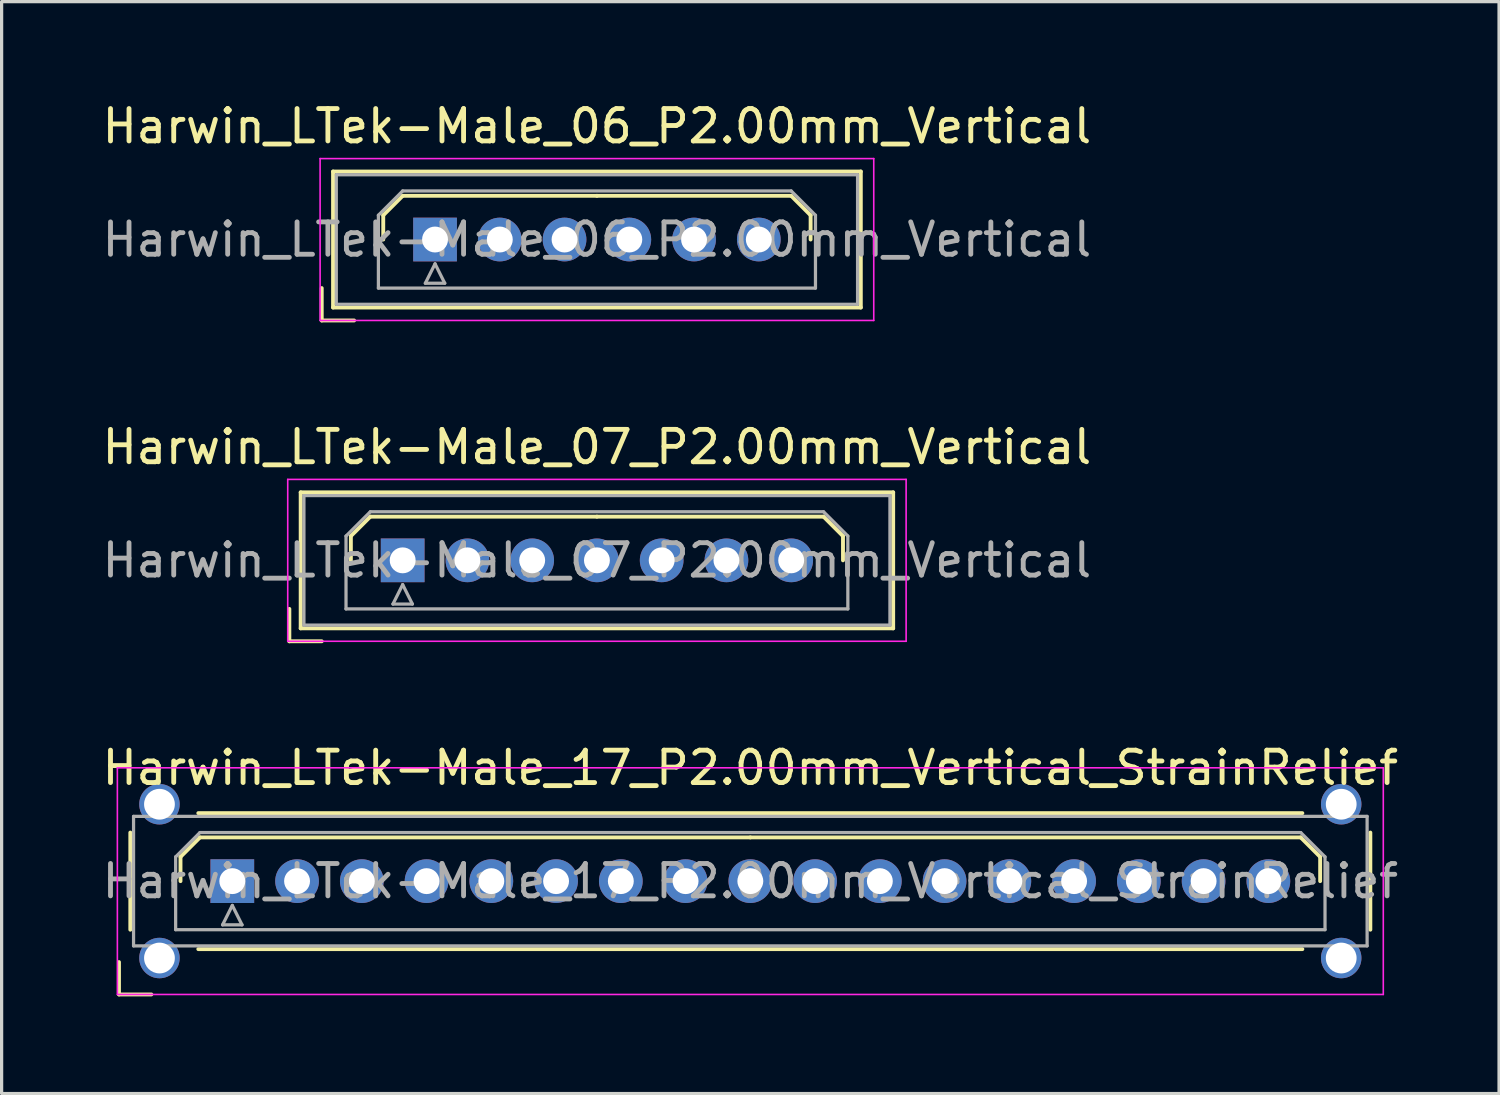
<source format=kicad_pcb>
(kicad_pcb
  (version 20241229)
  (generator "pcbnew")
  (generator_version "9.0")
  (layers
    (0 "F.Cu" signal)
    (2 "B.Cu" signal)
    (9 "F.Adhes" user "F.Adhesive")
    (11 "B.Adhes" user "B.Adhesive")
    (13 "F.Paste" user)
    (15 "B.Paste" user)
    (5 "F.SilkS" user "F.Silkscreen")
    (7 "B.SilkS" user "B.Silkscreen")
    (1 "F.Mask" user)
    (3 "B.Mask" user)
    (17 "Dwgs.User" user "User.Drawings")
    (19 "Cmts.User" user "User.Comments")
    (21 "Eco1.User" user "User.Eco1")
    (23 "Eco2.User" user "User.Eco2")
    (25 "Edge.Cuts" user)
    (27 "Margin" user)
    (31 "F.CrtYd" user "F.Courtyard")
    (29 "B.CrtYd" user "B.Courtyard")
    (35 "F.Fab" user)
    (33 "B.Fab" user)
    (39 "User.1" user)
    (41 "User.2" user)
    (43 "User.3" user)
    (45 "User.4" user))
  (footprint "Harwin_LTek-Male_17_P2.00mm_Vertical_StrainRelief"
    (layer "F.Cu")
    (at 4.125 24.165)
    (property "Reference" "Harwin_LTek-Male_17_P2.00mm_Vertical_StrainRelief" (at 16 -3.5 0) (layer "F.SilkS") (effects (font (size 1 1) (thickness 0.15))))
    (attr through_hole)
    (fp_line (start -3.5 2.5) (end -3.5 3.5) (stroke (width 0.12) (type solid)) (layer "F.SilkS"))
    (fp_line (start -3.5 3.5) (end -2.5 3.5) (stroke (width 0.12) (type solid)) (layer "F.SilkS"))
    (fp_line (start -3.15 -1.5) (end -3.15 1.5) (stroke (width 0.12) (type solid)) (layer "F.SilkS"))
    (fp_line (start -1.6 -0.75) (end -1 -1.35) (stroke (width 0.12) (type solid)) (layer "F.SilkS"))
    (fp_line (start -1.6 0) (end -1.6 -0.75) (stroke (width 0.12) (type solid)) (layer "F.SilkS"))
    (fp_line (start -1.05 -2.1) (end 33.05 -2.1) (stroke (width 0.12) (type solid)) (layer "F.SilkS"))
    (fp_line (start -1.05 2.1) (end 33.05 2.1) (stroke (width 0.12) (type solid)) (layer "F.SilkS"))
    (fp_line (start -1 -1.35) (end 16 -1.35) (stroke (width 0.12) (type solid)) (layer "F.SilkS"))
    (fp_line (start 33 -1.35) (end 16 -1.35) (stroke (width 0.12) (type solid)) (layer "F.SilkS"))
    (fp_line (start 33.6 -0.75) (end 33 -1.35) (stroke (width 0.12) (type solid)) (layer "F.SilkS"))
    (fp_line (start 33.6 0) (end 33.6 -0.75) (stroke (width 0.12) (type solid)) (layer "F.SilkS"))
    (fp_line (start 35.15 -1.5) (end 35.15 1.5) (stroke (width 0.12) (type solid)) (layer "F.SilkS"))
    (fp_line (start -3.55 -3.5) (end -3.55 3.5) (stroke (width 0.05) (type solid)) (layer "F.CrtYd"))
    (fp_line (start -3.55 3.5) (end 35.55 3.5) (stroke (width 0.05) (type solid)) (layer "F.CrtYd"))
    (fp_line (start 35.55 -3.5) (end -3.55 -3.5) (stroke (width 0.05) (type solid)) (layer "F.CrtYd"))
    (fp_line (start 35.55 3.5) (end 35.55 -3.5) (stroke (width 0.05) (type solid)) (layer "F.CrtYd"))
    (fp_line (start -3.05 -2) (end -3.05 2) (stroke (width 0.1) (type solid)) (layer "F.Fab"))
    (fp_line (start -3.05 2) (end 35.05 2) (stroke (width 0.1) (type solid)) (layer "F.Fab"))
    (fp_line (start -1.75 -0.75) (end -1 -1.5) (stroke (width 0.1) (type solid)) (layer "F.Fab"))
    (fp_line (start -1.75 1.5) (end -1.75 -0.75) (stroke (width 0.1) (type solid)) (layer "F.Fab"))
    (fp_line (start -1 -1.5) (end 33 -1.5) (stroke (width 0.1) (type solid)) (layer "F.Fab"))
    (fp_line (start -0.3 1.35) (end 0.3 1.35) (stroke (width 0.1) (type solid)) (layer "F.Fab"))
    (fp_line (start 0 0.75) (end -0.3 1.35) (stroke (width 0.1) (type solid)) (layer "F.Fab"))
    (fp_line (start 0.3 1.35) (end 0 0.75) (stroke (width 0.1) (type solid)) (layer "F.Fab"))
    (fp_line (start 33 -1.5) (end 33.75 -0.75) (stroke (width 0.1) (type solid)) (layer "F.Fab"))
    (fp_line (start 33.75 -0.75) (end 33.75 1.5) (stroke (width 0.1) (type solid)) (layer "F.Fab"))
    (fp_line (start 33.75 1.5) (end -1.75 1.5) (stroke (width 0.1) (type solid)) (layer "F.Fab"))
    (fp_line (start 35.05 -2) (end -3.05 -2) (stroke (width 0.1) (type solid)) (layer "F.Fab"))
    (fp_line (start 35.05 2) (end 35.05 -2) (stroke (width 0.1) (type solid)) (layer "F.Fab"))
    (fp_text user "${REFERENCE}" (at 16 0 0) (layer "F.Fab") (effects (font (size 1 1) (thickness 0.15))))
    (pad "" thru_hole circle (at -2.25 -2.375) (size 1.25 1.25) (drill 0.95) (layers "*.Cu" "*.Mask"))
    (pad "" thru_hole circle (at -2.25 2.375) (size 1.25 1.25) (drill 0.95) (layers "*.Cu" "*.Mask"))
    (pad "" thru_hole circle (at 34.25 -2.375) (size 1.25 1.25) (drill 0.95) (layers "*.Cu" "*.Mask"))
    (pad "" thru_hole circle (at 34.25 2.375) (size 1.25 1.25) (drill 0.95) (layers "*.Cu" "*.Mask"))
    (pad "1" thru_hole rect (at 0 0) (size 1.35 1.35) (drill 0.8) (layers "*.Cu" "*.Mask"))
    (pad "2" thru_hole circle (at 2 0) (size 1.35 1.35) (drill 0.8) (layers "*.Cu" "*.Mask"))
    (pad "3" thru_hole circle (at 4 0) (size 1.35 1.35) (drill 0.8) (layers "*.Cu" "*.Mask"))
    (pad "4" thru_hole circle (at 6 0) (size 1.35 1.35) (drill 0.8) (layers "*.Cu" "*.Mask"))
    (pad "5" thru_hole circle (at 8 0) (size 1.35 1.35) (drill 0.8) (layers "*.Cu" "*.Mask"))
    (pad "6" thru_hole circle (at 10 0) (size 1.35 1.35) (drill 0.8) (layers "*.Cu" "*.Mask"))
    (pad "7" thru_hole circle (at 12 0) (size 1.35 1.35) (drill 0.8) (layers "*.Cu" "*.Mask"))
    (pad "8" thru_hole circle (at 14 0) (size 1.35 1.35) (drill 0.8) (layers "*.Cu" "*.Mask"))
    (pad "9" thru_hole circle (at 16 0) (size 1.35 1.35) (drill 0.8) (layers "*.Cu" "*.Mask"))
    (pad "10" thru_hole circle (at 18 0) (size 1.35 1.35) (drill 0.8) (layers "*.Cu" "*.Mask"))
    (pad "11" thru_hole circle (at 20 0) (size 1.35 1.35) (drill 0.8) (layers "*.Cu" "*.Mask"))
    (pad "12" thru_hole circle (at 22 0) (size 1.35 1.35) (drill 0.8) (layers "*.Cu" "*.Mask"))
    (pad "13" thru_hole circle (at 24 0) (size 1.35 1.35) (drill 0.8) (layers "*.Cu" "*.Mask"))
    (pad "14" thru_hole circle (at 26 0) (size 1.35 1.35) (drill 0.8) (layers "*.Cu" "*.Mask"))
    (pad "15" thru_hole circle (at 28 0) (size 1.35 1.35) (drill 0.8) (layers "*.Cu" "*.Mask"))
    (pad "16" thru_hole circle (at 30 0) (size 1.35 1.35) (drill 0.8) (layers "*.Cu" "*.Mask"))
    (pad "17" thru_hole circle (at 32 0) (size 1.35 1.35) (drill 0.8) (layers "*.Cu" "*.Mask")))
  (footprint "Harwin_LTek-Male_06_P2.00mm_Vertical"
    (layer "F.Cu")
    (at 10.387 4.348)
    (property "Reference" "Harwin_LTek-Male_06_P2.00mm_Vertical" (at 5 -3.5 0) (layer "F.SilkS") (effects (font (size 1 1) (thickness 0.15))))
    (attr through_hole)
    (fp_line (start -3.5 1.5) (end -3.5 2.5) (stroke (width 0.12) (type solid)) (layer "F.SilkS"))
    (fp_line (start -3.5 2.5) (end -2.5 2.5) (stroke (width 0.12) (type solid)) (layer "F.SilkS"))
    (fp_line (start -3.15 -2.1) (end -3.15 2.1) (stroke (width 0.12) (type solid)) (layer "F.SilkS"))
    (fp_line (start -3.15 2.1) (end 13.15 2.1) (stroke (width 0.12) (type solid)) (layer "F.SilkS"))
    (fp_line (start -1.6 -0.75) (end -1 -1.35) (stroke (width 0.12) (type solid)) (layer "F.SilkS"))
    (fp_line (start -1.6 0) (end -1.6 -0.75) (stroke (width 0.12) (type solid)) (layer "F.SilkS"))
    (fp_line (start -1 -1.35) (end 5 -1.35) (stroke (width 0.12) (type solid)) (layer "F.SilkS"))
    (fp_line (start 11 -1.35) (end 5 -1.35) (stroke (width 0.12) (type solid)) (layer "F.SilkS"))
    (fp_line (start 11.6 -0.75) (end 11 -1.35) (stroke (width 0.12) (type solid)) (layer "F.SilkS"))
    (fp_line (start 11.6 0) (end 11.6 -0.75) (stroke (width 0.12) (type solid)) (layer "F.SilkS"))
    (fp_line (start 13.15 -2.1) (end -3.15 -2.1) (stroke (width 0.12) (type solid)) (layer "F.SilkS"))
    (fp_line (start 13.15 2.1) (end 13.15 -2.1) (stroke (width 0.12) (type solid)) (layer "F.SilkS"))
    (fp_line (start -3.55 -2.5) (end -3.55 2.5) (stroke (width 0.05) (type solid)) (layer "F.CrtYd"))
    (fp_line (start -3.55 2.5) (end 13.55 2.5) (stroke (width 0.05) (type solid)) (layer "F.CrtYd"))
    (fp_line (start 13.55 -2.5) (end -3.55 -2.5) (stroke (width 0.05) (type solid)) (layer "F.CrtYd"))
    (fp_line (start 13.55 2.5) (end 13.55 -2.5) (stroke (width 0.05) (type solid)) (layer "F.CrtYd"))
    (fp_line (start -3.05 -2) (end -3.05 2) (stroke (width 0.1) (type solid)) (layer "F.Fab"))
    (fp_line (start -3.05 2) (end 13.05 2) (stroke (width 0.1) (type solid)) (layer "F.Fab"))
    (fp_line (start -1.75 -0.75) (end -1 -1.5) (stroke (width 0.1) (type solid)) (layer "F.Fab"))
    (fp_line (start -1.75 1.5) (end -1.75 -0.75) (stroke (width 0.1) (type solid)) (layer "F.Fab"))
    (fp_line (start -1 -1.5) (end 11 -1.5) (stroke (width 0.1) (type solid)) (layer "F.Fab"))
    (fp_line (start -0.3 1.35) (end 0.3 1.35) (stroke (width 0.1) (type solid)) (layer "F.Fab"))
    (fp_line (start 0 0.75) (end -0.3 1.35) (stroke (width 0.1) (type solid)) (layer "F.Fab"))
    (fp_line (start 0.3 1.35) (end 0 0.75) (stroke (width 0.1) (type solid)) (layer "F.Fab"))
    (fp_line (start 11 -1.5) (end 11.75 -0.75) (stroke (width 0.1) (type solid)) (layer "F.Fab"))
    (fp_line (start 11.75 -0.75) (end 11.75 1.5) (stroke (width 0.1) (type solid)) (layer "F.Fab"))
    (fp_line (start 11.75 1.5) (end -1.75 1.5) (stroke (width 0.1) (type solid)) (layer "F.Fab"))
    (fp_line (start 13.05 -2) (end -3.05 -2) (stroke (width 0.1) (type solid)) (layer "F.Fab"))
    (fp_line (start 13.05 2) (end 13.05 -2) (stroke (width 0.1) (type solid)) (layer "F.Fab"))
    (fp_text user "${REFERENCE}" (at 5 0 0) (layer "F.Fab") (effects (font (size 1 1) (thickness 0.15))))
    (pad "1" thru_hole rect (at 0 0) (size 1.35 1.35) (drill 0.8) (layers "*.Cu" "*.Mask"))
    (pad "2" thru_hole circle (at 2 0) (size 1.35 1.35) (drill 0.8) (layers "*.Cu" "*.Mask"))
    (pad "3" thru_hole circle (at 4 0) (size 1.35 1.35) (drill 0.8) (layers "*.Cu" "*.Mask"))
    (pad "4" thru_hole circle (at 6 0) (size 1.35 1.35) (drill 0.8) (layers "*.Cu" "*.Mask"))
    (pad "5" thru_hole circle (at 8 0) (size 1.35 1.35) (drill 0.8) (layers "*.Cu" "*.Mask"))
    (pad "6" thru_hole circle (at 10 0) (size 1.35 1.35) (drill 0.8) (layers "*.Cu" "*.Mask")))
  (footprint "Harwin_LTek-Male_07_P2.00mm_Vertical"
    (layer "F.Cu")
    (at 9.387 14.257)
    (property "Reference" "Harwin_LTek-Male_07_P2.00mm_Vertical" (at 6 -3.5 0) (layer "F.SilkS") (effects (font (size 1 1) (thickness 0.15))))
    (attr through_hole)
    (fp_line (start -3.5 1.5) (end -3.5 2.5) (stroke (width 0.12) (type solid)) (layer "F.SilkS"))
    (fp_line (start -3.5 2.5) (end -2.5 2.5) (stroke (width 0.12) (type solid)) (layer "F.SilkS"))
    (fp_line (start -3.15 -2.1) (end -3.15 2.1) (stroke (width 0.12) (type solid)) (layer "F.SilkS"))
    (fp_line (start -3.15 2.1) (end 15.15 2.1) (stroke (width 0.12) (type solid)) (layer "F.SilkS"))
    (fp_line (start -1.6 -0.75) (end -1 -1.35) (stroke (width 0.12) (type solid)) (layer "F.SilkS"))
    (fp_line (start -1.6 0) (end -1.6 -0.75) (stroke (width 0.12) (type solid)) (layer "F.SilkS"))
    (fp_line (start -1 -1.35) (end 6 -1.35) (stroke (width 0.12) (type solid)) (layer "F.SilkS"))
    (fp_line (start 13 -1.35) (end 6 -1.35) (stroke (width 0.12) (type solid)) (layer "F.SilkS"))
    (fp_line (start 13.6 -0.75) (end 13 -1.35) (stroke (width 0.12) (type solid)) (layer "F.SilkS"))
    (fp_line (start 13.6 0) (end 13.6 -0.75) (stroke (width 0.12) (type solid)) (layer "F.SilkS"))
    (fp_line (start 15.15 -2.1) (end -3.15 -2.1) (stroke (width 0.12) (type solid)) (layer "F.SilkS"))
    (fp_line (start 15.15 2.1) (end 15.15 -2.1) (stroke (width 0.12) (type solid)) (layer "F.SilkS"))
    (fp_line (start -3.55 -2.5) (end -3.55 2.5) (stroke (width 0.05) (type solid)) (layer "F.CrtYd"))
    (fp_line (start -3.55 2.5) (end 15.55 2.5) (stroke (width 0.05) (type solid)) (layer "F.CrtYd"))
    (fp_line (start 15.55 -2.5) (end -3.55 -2.5) (stroke (width 0.05) (type solid)) (layer "F.CrtYd"))
    (fp_line (start 15.55 2.5) (end 15.55 -2.5) (stroke (width 0.05) (type solid)) (layer "F.CrtYd"))
    (fp_line (start -3.05 -2) (end -3.05 2) (stroke (width 0.1) (type solid)) (layer "F.Fab"))
    (fp_line (start -3.05 2) (end 15.05 2) (stroke (width 0.1) (type solid)) (layer "F.Fab"))
    (fp_line (start -1.75 -0.75) (end -1 -1.5) (stroke (width 0.1) (type solid)) (layer "F.Fab"))
    (fp_line (start -1.75 1.5) (end -1.75 -0.75) (stroke (width 0.1) (type solid)) (layer "F.Fab"))
    (fp_line (start -1 -1.5) (end 13 -1.5) (stroke (width 0.1) (type solid)) (layer "F.Fab"))
    (fp_line (start -0.3 1.35) (end 0.3 1.35) (stroke (width 0.1) (type solid)) (layer "F.Fab"))
    (fp_line (start 0 0.75) (end -0.3 1.35) (stroke (width 0.1) (type solid)) (layer "F.Fab"))
    (fp_line (start 0.3 1.35) (end 0 0.75) (stroke (width 0.1) (type solid)) (layer "F.Fab"))
    (fp_line (start 13 -1.5) (end 13.75 -0.75) (stroke (width 0.1) (type solid)) (layer "F.Fab"))
    (fp_line (start 13.75 -0.75) (end 13.75 1.5) (stroke (width 0.1) (type solid)) (layer "F.Fab"))
    (fp_line (start 13.75 1.5) (end -1.75 1.5) (stroke (width 0.1) (type solid)) (layer "F.Fab"))
    (fp_line (start 15.05 -2) (end -3.05 -2) (stroke (width 0.1) (type solid)) (layer "F.Fab"))
    (fp_line (start 15.05 2) (end 15.05 -2) (stroke (width 0.1) (type solid)) (layer "F.Fab"))
    (fp_text user "${REFERENCE}" (at 6 0 0) (layer "F.Fab") (effects (font (size 1 1) (thickness 0.15))))
    (pad "1" thru_hole rect (at 0 0) (size 1.35 1.35) (drill 0.8) (layers "*.Cu" "*.Mask"))
    (pad "2" thru_hole circle (at 2 0) (size 1.35 1.35) (drill 0.8) (layers "*.Cu" "*.Mask"))
    (pad "3" thru_hole circle (at 4 0) (size 1.35 1.35) (drill 0.8) (layers "*.Cu" "*.Mask"))
    (pad "4" thru_hole circle (at 6 0) (size 1.35 1.35) (drill 0.8) (layers "*.Cu" "*.Mask"))
    (pad "5" thru_hole circle (at 8 0) (size 1.35 1.35) (drill 0.8) (layers "*.Cu" "*.Mask"))
    (pad "6" thru_hole circle (at 10 0) (size 1.35 1.35) (drill 0.8) (layers "*.Cu" "*.Mask"))
    (pad "7" thru_hole circle (at 12 0) (size 1.35 1.35) (drill 0.8) (layers "*.Cu" "*.Mask")))
  (gr_rect
    (start -3 -3)
    (end 43.25 30.725)
    (stroke (width 0.1) (type default))
    (fill no)
    (layer "Edge.Cuts")))
</source>
